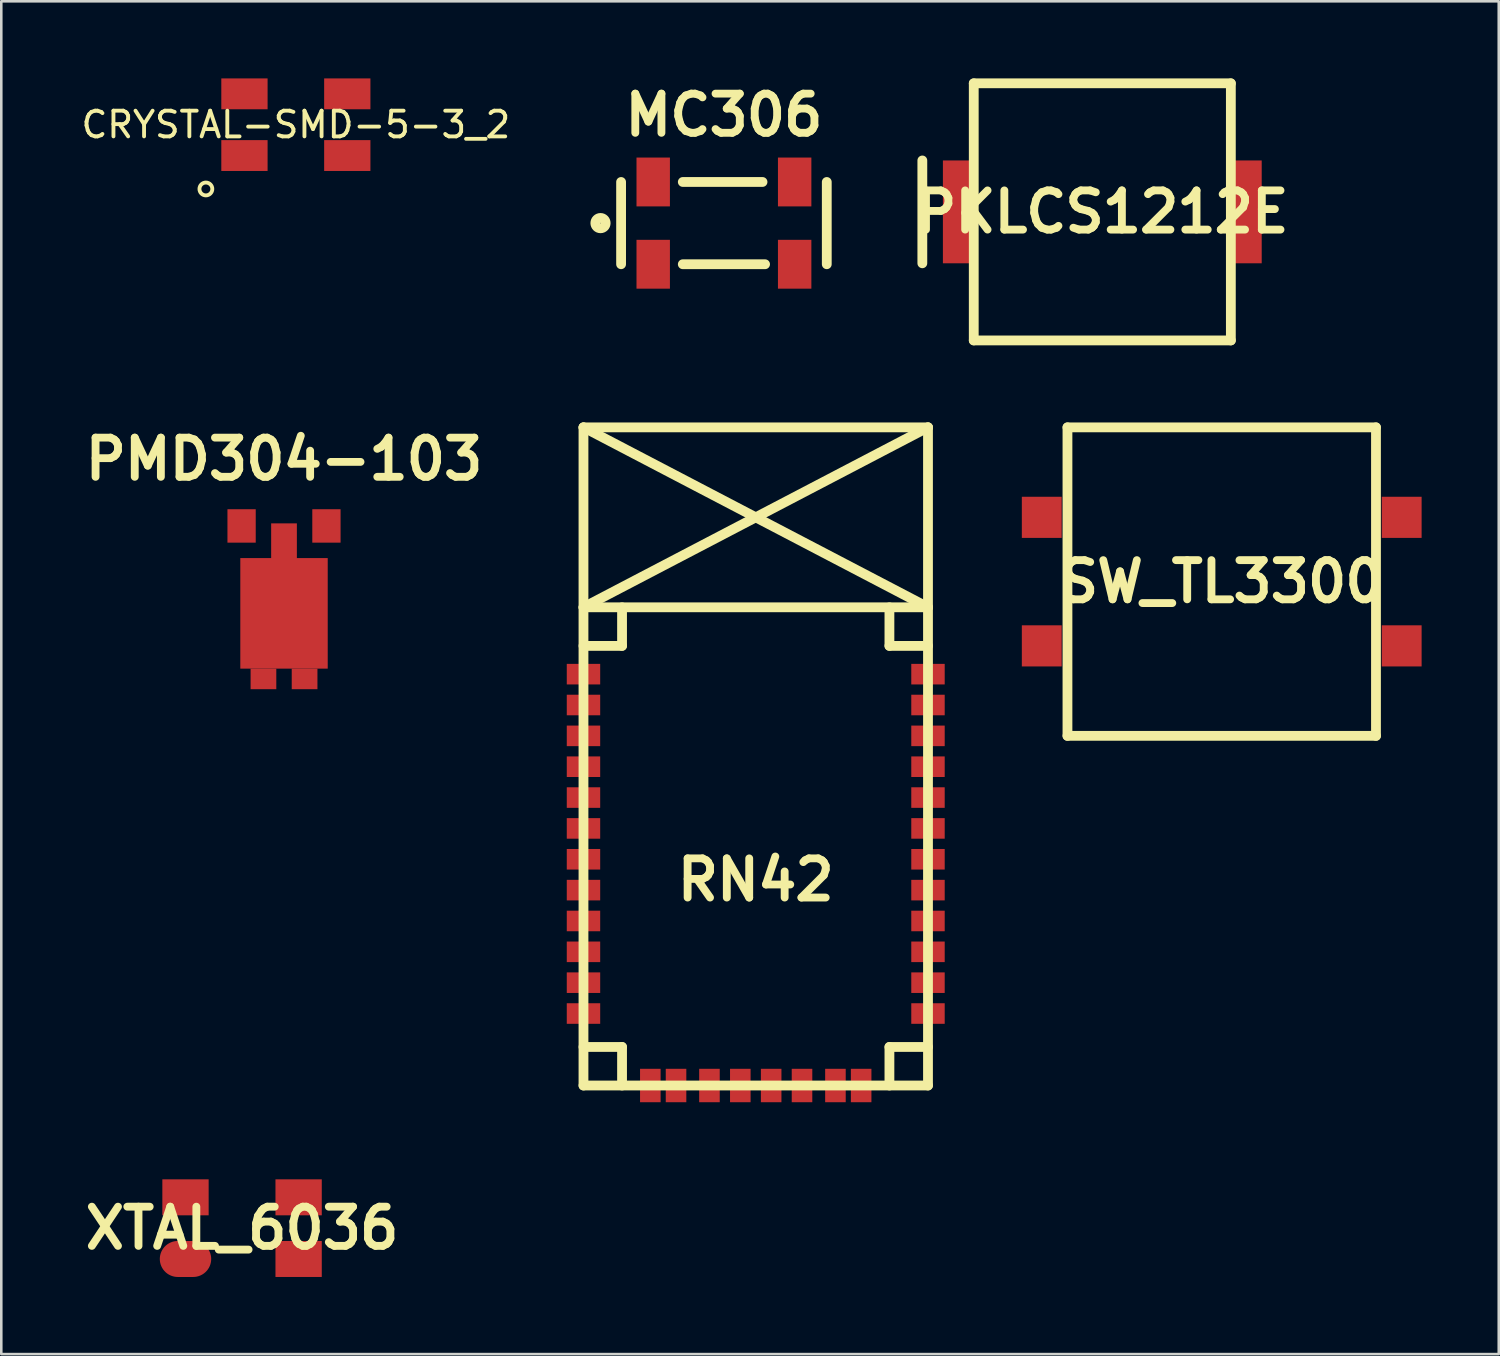
<source format=kicad_pcb>
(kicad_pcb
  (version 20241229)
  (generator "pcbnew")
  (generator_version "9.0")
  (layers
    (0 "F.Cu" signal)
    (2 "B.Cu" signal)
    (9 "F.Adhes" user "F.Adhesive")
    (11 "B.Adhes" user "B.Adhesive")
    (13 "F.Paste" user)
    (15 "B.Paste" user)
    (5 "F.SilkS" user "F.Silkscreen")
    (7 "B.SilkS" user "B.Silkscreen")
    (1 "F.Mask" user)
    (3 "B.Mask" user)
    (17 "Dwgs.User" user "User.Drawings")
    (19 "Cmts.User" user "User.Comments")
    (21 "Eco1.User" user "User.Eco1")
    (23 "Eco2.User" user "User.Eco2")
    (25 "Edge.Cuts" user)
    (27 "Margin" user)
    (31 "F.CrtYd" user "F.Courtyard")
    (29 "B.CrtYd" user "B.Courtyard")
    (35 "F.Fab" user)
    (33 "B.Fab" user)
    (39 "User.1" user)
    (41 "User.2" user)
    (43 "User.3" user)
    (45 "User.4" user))
  (footprint "XTAL_6036"
    (layer "F.Cu")
    (at 6.365 44.72)
    (property "Reference" "XTAL_6036" (at 0 0 0) (layer "F.SilkS") (effects (font (size 1.524 1.524) (thickness 0.305))))
    (attr smd)
    (pad "1" smd oval (at -2.2 1.199) (size 1.999 1.4) (layers "F.Cu" "F.Mask" "F.Paste"))
    (pad "2" smd rect (at 2.2 1.199) (size 1.801 1.4) (layers "F.Cu" "F.Mask" "F.Paste"))
    (pad "3" smd rect (at 2.2 -1.199) (size 1.801 1.4) (layers "F.Cu" "F.Mask" "F.Paste"))
    (pad "4" smd rect (at -2.2 -1.199) (size 1.801 1.4) (layers "F.Cu" "F.Mask" "F.Paste")))
  (footprint "PMD304-103"
    (layer "F.Cu")
    (at 7.997 20.807)
    (property "Reference" "PMD304-103" (at 0 -6 0) (layer "F.SilkS") (effects (font (size 1.524 1.524) (thickness 0.305))))
    (attr smd)
    (pad "1" smd rect (at -1.65 -3.4) (size 1.1 1.3) (layers "F.Cu" "F.Mask" "F.Paste"))
    (pad "2" smd rect (at 1.65 -3.4) (size 1.1 1.3) (layers "F.Cu" "F.Mask" "F.Paste"))
    (pad "3" smd rect (at -0.8 2.55) (size 1 0.8) (layers "F.Cu" "F.Mask" "F.Paste"))
    (pad "3" smd rect (at 0 -2) (size 1 1.5) (drill (offset 0 -0.75)) (layers "F.Cu" "F.Mask" "F.Paste"))
    (pad "3" smd rect (at 0 0) (size 3.4 4.3) (layers "F.Cu" "F.Mask" "F.Paste"))
    (pad "3" smd rect (at 0.8 2.55) (size 1 0.8) (layers "F.Cu" "F.Mask" "F.Paste")))
  (footprint "PKLCS1212E"
    (layer "F.Cu")
    (at 39.825 5.191)
    (property "Reference" "PKLCS1212E" (at 0 0 0) (layer "F.SilkS") (effects (font (size 1.524 1.524) (thickness 0.305))))
    (attr smd)
    (fp_line (start -7 -2) (end -7 2) (stroke (width 0.381) (type solid)) (layer "F.SilkS"))
    (fp_line (start -5 -5) (end 5 -5) (stroke (width 0.381) (type solid)) (layer "F.SilkS"))
    (fp_line (start -5 5) (end -5 -5) (stroke (width 0.381) (type solid)) (layer "F.SilkS"))
    (fp_line (start 5 -5) (end 5 5) (stroke (width 0.381) (type solid)) (layer "F.SilkS"))
    (fp_line (start 5 5) (end -5 5) (stroke (width 0.381) (type solid)) (layer "F.SilkS"))
    (pad "1" smd rect (at -5.6 0) (size 1.2 4) (layers "F.Cu" "F.Mask" "F.Paste"))
    (pad "2" smd rect (at 5.6 0) (size 1.2 4) (layers "F.Cu" "F.Mask" "F.Paste")))
  (footprint "SW_TL3300"
    (layer "F.Cu")
    (at 44.47 19.572)
    (property "Reference" "SW_TL3300" (at 0 0 0) (layer "F.SilkS") (effects (font (size 1.524 1.524) (thickness 0.305))))
    (attr smd)
    (fp_line (start -6 -6) (end -6 6) (stroke (width 0.381) (type solid)) (layer "F.SilkS"))
    (fp_line (start -6 6) (end 6 6) (stroke (width 0.381) (type solid)) (layer "F.SilkS"))
    (fp_line (start 6 -6) (end -6 -6) (stroke (width 0.381) (type solid)) (layer "F.SilkS"))
    (fp_line (start 6 6) (end 6 -6) (stroke (width 0.381) (type solid)) (layer "F.SilkS"))
    (pad "1" smd rect (at -7 -2.5) (size 1.55 1.6) (layers "F.Cu" "F.Mask" "F.Paste"))
    (pad "2" smd rect (at -7 2.5) (size 1.55 1.6) (layers "F.Cu" "F.Mask" "F.Paste"))
    (pad "3" smd rect (at 7 -2.5) (size 1.55 1.6) (layers "F.Cu" "F.Mask" "F.Paste"))
    (pad "4" smd rect (at 7 2.5) (size 1.55 1.6) (layers "F.Cu" "F.Mask" "F.Paste")))
  (footprint "RN42"
    (layer "F.Cu")
    (at 26.345 31.172)
    (property "Reference" "RN42" (at 0 0 0) (layer "F.SilkS") (effects (font (size 1.524 1.524) (thickness 0.305))))
    (attr smd)
    (fp_line (start -6.7 -17.6) (end 6.7 -17.6) (stroke (width 0.381) (type solid)) (layer "F.SilkS"))
    (fp_line (start -6.7 -17.6) (end 6.7 -10.6) (stroke (width 0.381) (type solid)) (layer "F.SilkS"))
    (fp_line (start -6.7 -10.6) (end 6.7 -17.6) (stroke (width 0.381) (type solid)) (layer "F.SilkS"))
    (fp_line (start -6.7 6.5) (end -5.2 6.5) (stroke (width 0.381) (type solid)) (layer "F.SilkS"))
    (fp_line (start -6.7 8) (end -6.7 -17.6) (stroke (width 0.381) (type solid)) (layer "F.SilkS"))
    (fp_line (start -5.2 -10.6) (end -5.2 -9.1) (stroke (width 0.381) (type solid)) (layer "F.SilkS"))
    (fp_line (start -5.2 -9.1) (end -6.7 -9.1) (stroke (width 0.381) (type solid)) (layer "F.SilkS"))
    (fp_line (start -5.2 6.5) (end -5.2 8) (stroke (width 0.381) (type solid)) (layer "F.SilkS"))
    (fp_line (start 5.2 -10.6) (end 5.2 -9.1) (stroke (width 0.381) (type solid)) (layer "F.SilkS"))
    (fp_line (start 5.2 -9.1) (end 6.7 -9.1) (stroke (width 0.381) (type solid)) (layer "F.SilkS"))
    (fp_line (start 5.2 6.5) (end 5.2 8) (stroke (width 0.381) (type solid)) (layer "F.SilkS"))
    (fp_line (start 5.2 6.5) (end 6.7 6.5) (stroke (width 0.381) (type solid)) (layer "F.SilkS"))
    (fp_line (start 6.7 -17.6) (end 6.7 8) (stroke (width 0.381) (type solid)) (layer "F.SilkS"))
    (fp_line (start 6.7 -10.6) (end -6.7 -10.6) (stroke (width 0.381) (type solid)) (layer "F.SilkS"))
    (fp_line (start 6.7 8) (end -6.7 8) (stroke (width 0.381) (type solid)) (layer "F.SilkS"))
    (pad "1" smd rect (at -6.7 -8) (size 1.3 0.8) (layers "F.Cu" "F.Mask" "F.Paste"))
    (pad "2" smd rect (at -6.7 -6.8) (size 1.3 0.8) (layers "F.Cu" "F.Mask" "F.Paste"))
    (pad "3" smd rect (at -6.7 -5.6) (size 1.3 0.8) (layers "F.Cu" "F.Mask" "F.Paste"))
    (pad "4" smd rect (at -6.7 -4.4) (size 1.3 0.8) (layers "F.Cu" "F.Mask" "F.Paste"))
    (pad "5" smd rect (at -6.7 -3.2) (size 1.3 0.8) (layers "F.Cu" "F.Mask" "F.Paste"))
    (pad "6" smd rect (at -6.7 -2) (size 1.3 0.8) (layers "F.Cu" "F.Mask" "F.Paste"))
    (pad "7" smd rect (at -6.7 -0.8) (size 1.3 0.8) (layers "F.Cu" "F.Mask" "F.Paste"))
    (pad "8" smd rect (at -6.7 0.4) (size 1.3 0.8) (layers "F.Cu" "F.Mask" "F.Paste"))
    (pad "9" smd rect (at -6.7 1.6) (size 1.3 0.8) (layers "F.Cu" "F.Mask" "F.Paste"))
    (pad "10" smd rect (at -6.7 2.8) (size 1.3 0.8) (layers "F.Cu" "F.Mask" "F.Paste"))
    (pad "11" smd rect (at -6.7 4) (size 1.3 0.8) (layers "F.Cu" "F.Mask" "F.Paste"))
    (pad "12" smd rect (at -6.7 5.2) (size 1.3 0.8) (layers "F.Cu" "F.Mask" "F.Paste"))
    (pad "13" smd rect (at 6.7 5.2) (size 1.3 0.8) (layers "F.Cu" "F.Mask" "F.Paste"))
    (pad "14" smd rect (at 6.7 4) (size 1.3 0.8) (layers "F.Cu" "F.Mask" "F.Paste"))
    (pad "15" smd rect (at 6.7 2.8) (size 1.3 0.8) (layers "F.Cu" "F.Mask" "F.Paste"))
    (pad "16" smd rect (at 6.7 1.6) (size 1.3 0.8) (layers "F.Cu" "F.Mask" "F.Paste"))
    (pad "17" smd rect (at 6.7 0.4) (size 1.3 0.8) (layers "F.Cu" "F.Mask" "F.Paste"))
    (pad "18" smd rect (at 6.7 -0.8) (size 1.3 0.8) (layers "F.Cu" "F.Mask" "F.Paste"))
    (pad "19" smd rect (at 6.7 -2) (size 1.3 0.8) (layers "F.Cu" "F.Mask" "F.Paste"))
    (pad "20" smd rect (at 6.7 -3.2) (size 1.3 0.8) (layers "F.Cu" "F.Mask" "F.Paste"))
    (pad "21" smd rect (at 6.7 -4.4) (size 1.3 0.8) (layers "F.Cu" "F.Mask" "F.Paste"))
    (pad "22" smd rect (at 6.7 -5.6) (size 1.3 0.8) (layers "F.Cu" "F.Mask" "F.Paste"))
    (pad "23" smd rect (at 6.7 -6.8) (size 1.3 0.8) (layers "F.Cu" "F.Mask" "F.Paste"))
    (pad "24" smd rect (at 6.7 -8) (size 1.3 0.8) (layers "F.Cu" "F.Mask" "F.Paste"))
    (pad "28" smd rect (at 3.1 8) (size 0.8 1.3) (layers "F.Cu" "F.Mask" "F.Paste"))
    (pad "29" smd rect (at -3.1 8) (size 0.8 1.3) (layers "F.Cu" "F.Mask" "F.Paste"))
    (pad "30" smd rect (at 4.1 8) (size 0.8 1.3) (layers "F.Cu" "F.Mask" "F.Paste"))
    (pad "31" smd rect (at 1.8 8) (size 0.8 1.3) (layers "F.Cu" "F.Mask" "F.Paste"))
    (pad "32" smd rect (at 0.6 8) (size 0.8 1.3) (layers "F.Cu" "F.Mask" "F.Paste"))
    (pad "33" smd rect (at -0.6 8) (size 0.8 1.3) (layers "F.Cu" "F.Mask" "F.Paste"))
    (pad "34" smd rect (at -1.8 8) (size 0.8 1.3) (layers "F.Cu" "F.Mask" "F.Paste"))
    (pad "35" smd rect (at -4.1 8) (size 0.8 1.3) (layers "F.Cu" "F.Mask" "F.Paste")))
  (footprint "CRYSTAL-SMD-5-3_2"
    (layer "F.Cu")
    (at 8.458 1.8)
    (property "Reference" "CRYSTAL-SMD-5-3_2" (at 0 0 0) (layer "F.SilkS") (effects (font (size 1 1) (thickness 0.15))))
    (attr through_hole)
    (fp_circle (center -3.5 2.5) (end -3.25 2.5) (stroke (width 0.15) (type solid)) (fill no) (layer "F.SilkS"))
    (pad "1" smd rect (at -2 1.2) (size 1.8 1.2) (layers "F.Cu" "F.Mask" "F.Paste"))
    (pad "2" smd rect (at 2 1.2) (size 1.8 1.2) (layers "F.Cu" "F.Mask" "F.Paste"))
    (pad "3" smd rect (at 2 -1.2) (size 1.8 1.2) (layers "F.Cu" "F.Mask" "F.Paste"))
    (pad "4" smd rect (at -2 -1.2) (size 1.8 1.2) (layers "F.Cu" "F.Mask" "F.Paste")))
  (footprint "MC306"
    (layer "F.Cu")
    (at 25.108 5.628)
    (property "Reference" "MC306" (at 0 -4.201 0) (layer "F.SilkS") (effects (font (size 1.524 1.524) (thickness 0.305))))
    (attr smd)
    (fp_line (start -4 -1.6) (end -4 1.6) (stroke (width 0.381) (type solid)) (layer "F.SilkS"))
    (fp_line (start -1.6 -1.6) (end 1.501 -1.6) (stroke (width 0.381) (type solid)) (layer "F.SilkS"))
    (fp_line (start -1.6 1.6) (end 1.6 1.6) (stroke (width 0.381) (type solid)) (layer "F.SilkS"))
    (fp_line (start 4 -1.6) (end 4 1.6) (stroke (width 0.381) (type solid)) (layer "F.SilkS"))
    (fp_circle (center -4.801 0) (end -4.801 -0.201) (stroke (width 0.381) (type solid)) (fill no) (layer "F.SilkS"))
    (pad "1" smd rect (at -2.751 1.6) (size 1.3 1.9) (layers "F.Cu" "F.Mask" "F.Paste"))
    (pad "2" smd rect (at -2.751 -1.6) (size 1.3 1.9) (layers "F.Cu" "F.Mask" "F.Paste"))
    (pad "3" smd rect (at 2.751 -1.6) (size 1.3 1.9) (layers "F.Cu" "F.Mask" "F.Paste"))
    (pad "4" smd rect (at 2.751 1.6) (size 1.3 1.9) (layers "F.Cu" "F.Mask" "F.Paste")))
  (gr_rect
    (start -3 -3)
    (end 55.245 49.619)
    (stroke (width 0.1) (type default))
    (fill no)
    (layer "Edge.Cuts")))
</source>
